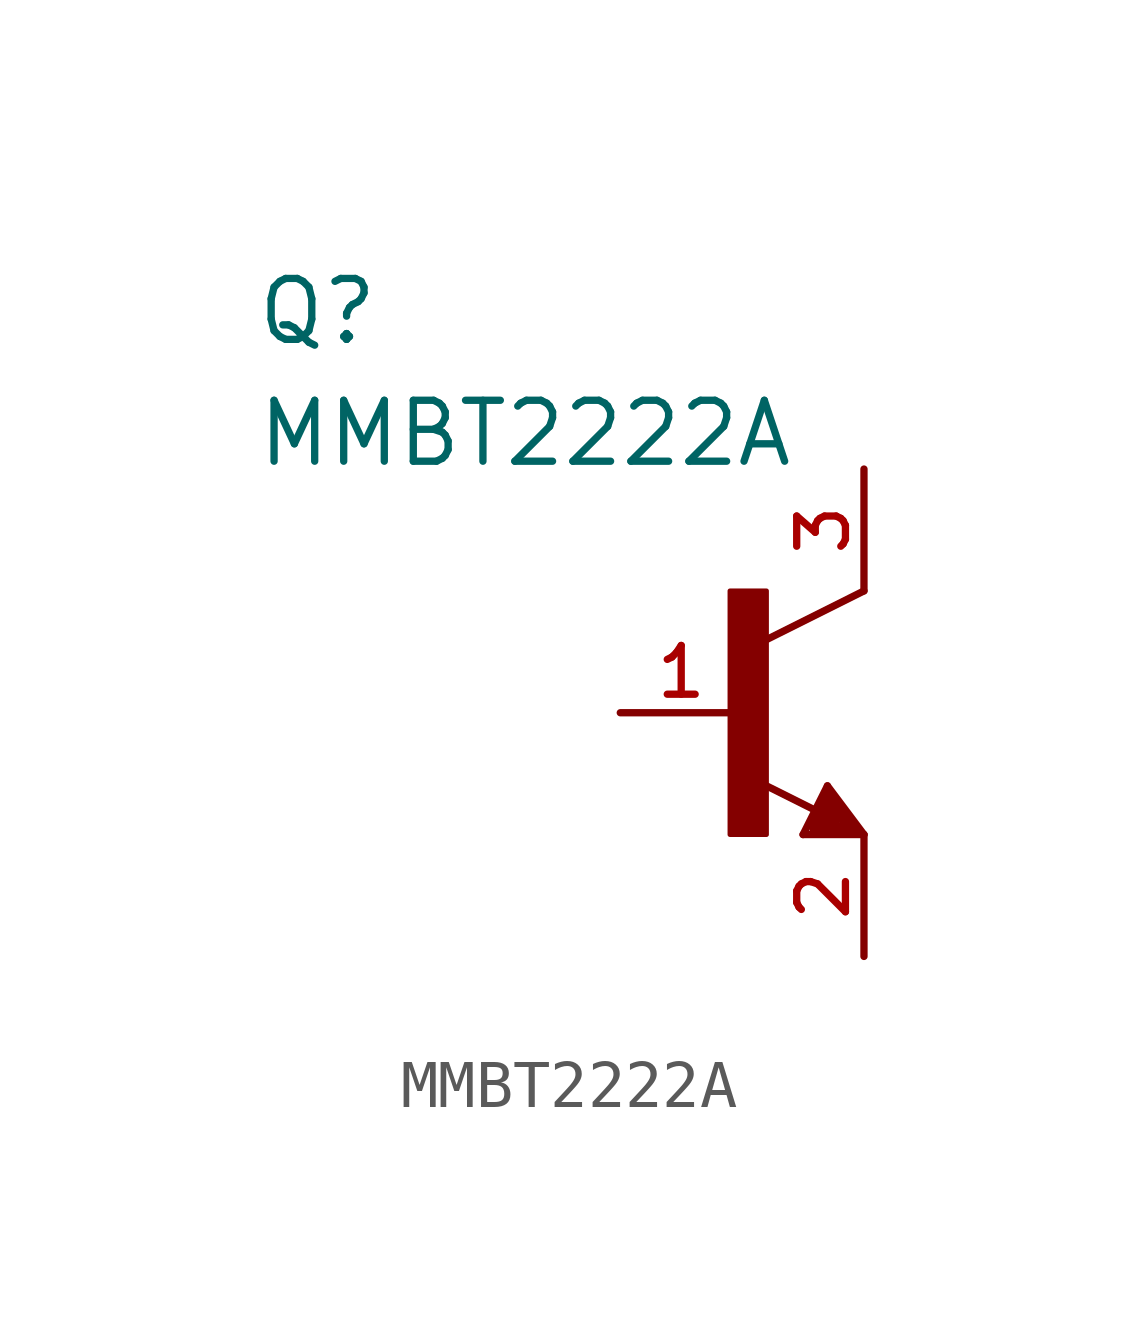
<source format=kicad_sym>
(kicad_symbol_lib
  (version 20211014)
  (generator kicad_symbol_editor)
  (symbol "MMBT2222A"
    (pin_names
      (offset 1.016))
    (property "Reference" "Q"
      (at -10.16 7.62 0)
      (effects (font (size 1.27 1.27)) (justify bottom left)))
    (property "Value" "MMBT2222A"
      (at -10.16 5.08 0)
      (effects (font (size 1.27 1.27)) (justify bottom left)))
    (symbol "MMBT2222A_0_0"
      (polyline (pts (xy 2.54 2.54) (xy 0.508 1.524)) (stroke (width 0.152)))
      (polyline (pts (xy 1.778 -1.524) (xy 2.54 -2.54)) (stroke (width 0.152)))
      (polyline (pts (xy 2.54 -2.54) (xy 1.27 -2.54)) (stroke (width 0.152)))
      (polyline (pts (xy 1.27 -2.54) (xy 1.778 -1.524)) (stroke (width 0.152)))
      (polyline (pts (xy 1.54 -2.04) (xy 0.308 -1.424)) (stroke (width 0.152)))
      (polyline (pts (xy 1.524 -2.413) (xy 2.286 -2.413)) (stroke (width 0.254)))
      (polyline (pts (xy 2.286 -2.413) (xy 1.778 -1.778)) (stroke (width 0.254)))
      (polyline (pts (xy 1.778 -1.778) (xy 1.524 -2.286)) (stroke (width 0.254)))
      (polyline (pts (xy 1.524 -2.286) (xy 1.905 -2.286)) (stroke (width 0.254)))
      (polyline (pts (xy 1.905 -2.286) (xy 1.778 -2.032)) (stroke (width 0.254)))
      (rectangle (start -0.254 -2.54) (end 0.508 2.54) (stroke (width 0.1)) (fill (type outline)))
      (pin passive line (at -2.54 0.0 0) (length 2.54) (name "~" (effects (font (size 1.016 1.016)))) (number "1" (effects (font (size 1.016 1.016)))))
      (pin passive line (at 2.54 -5.08 90.0) (length 2.54) (name "~" (effects (font (size 1.016 1.016)))) (number "2" (effects (font (size 1.016 1.016)))))
      (pin passive line (at 2.54 5.08 270.0) (length 2.54) (name "~" (effects (font (size 1.016 1.016)))) (number "3" (effects (font (size 1.016 1.016))))))))
</source>
